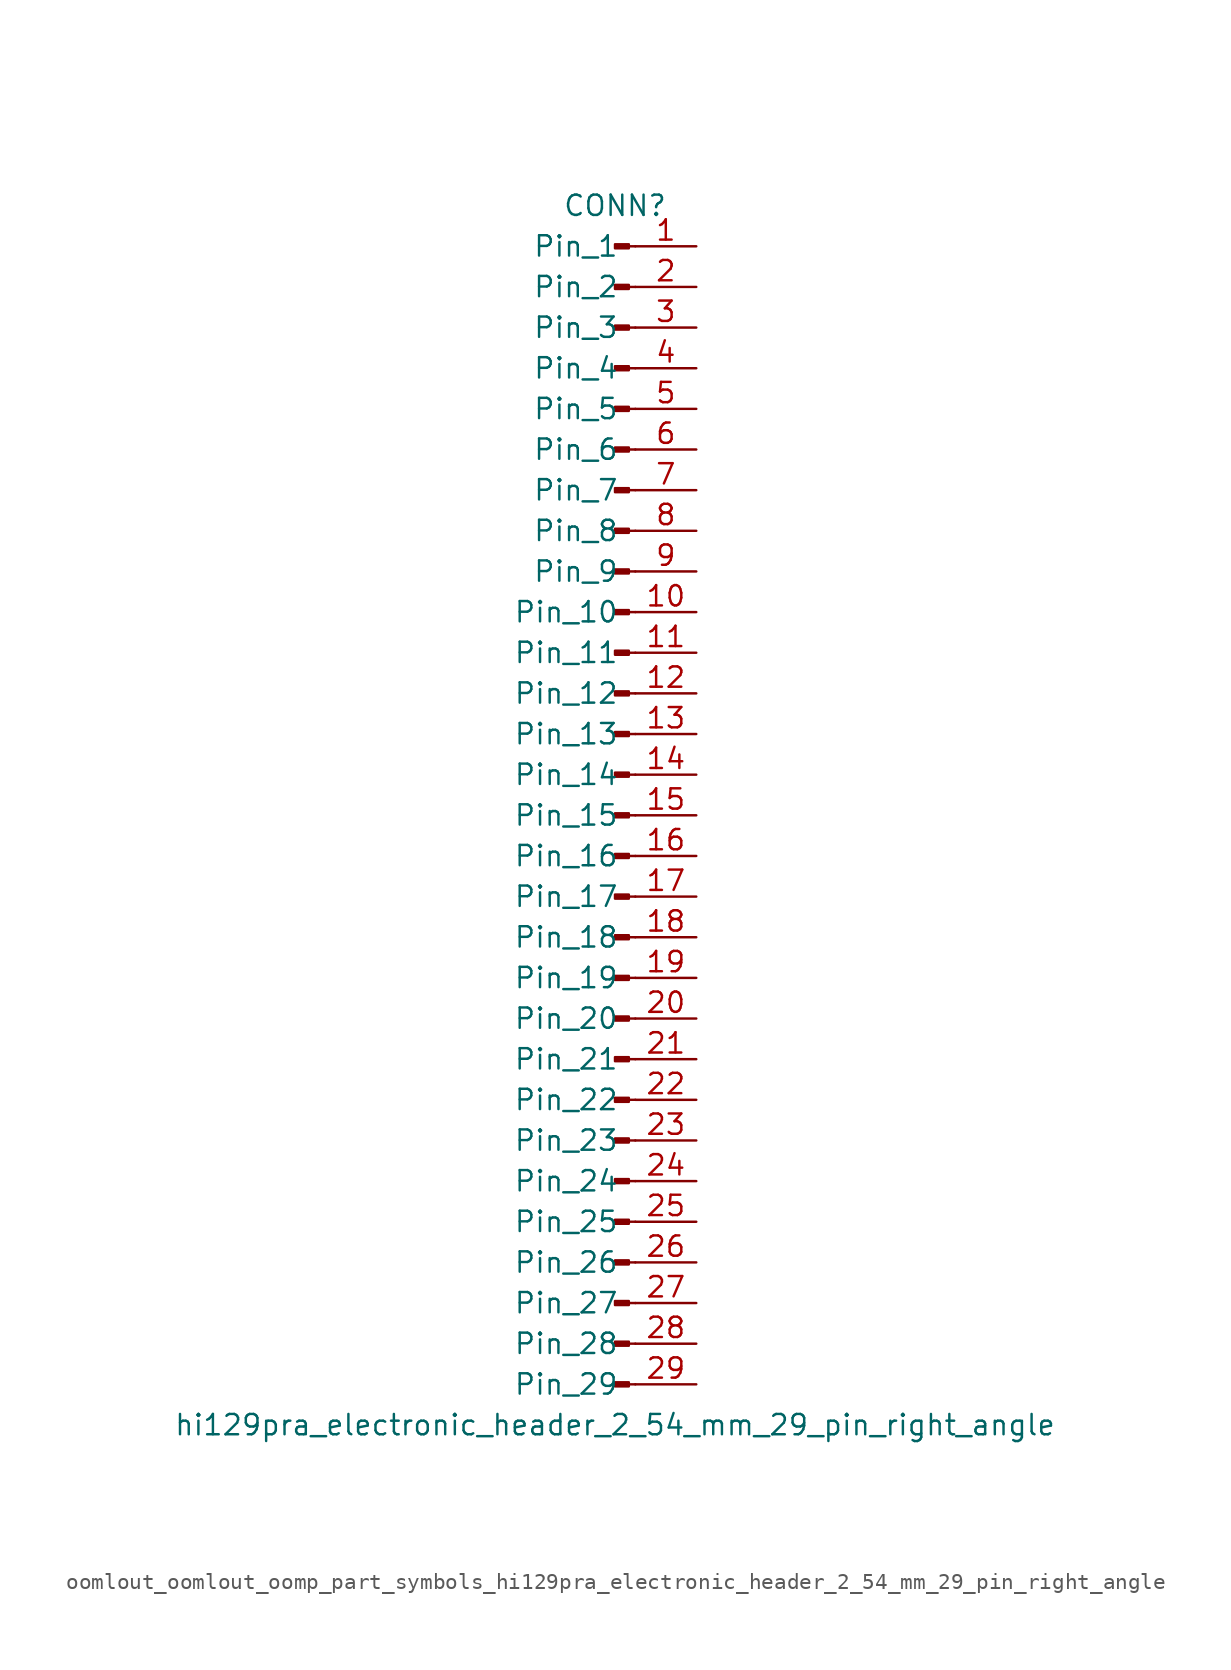
<source format=kicad_sym>
(kicad_symbol_lib
  (version 20220914)
  (generator kicad_symbol_editor)
  (symbol "oomlout_oomlout_oomp_part_symbols_hi129pra_electronic_header_2_54_mm_29_pin_right_angle"
    (pin_names
      (offset 1.016))
    (property "Reference" "CONN"
      (at 0 38.1 0)
      (effects (font (size 1.27 1.27))))
    (property "Value" "hi129pra_electronic_header_2_54_mm_29_pin_right_angle"
      (at 0 -38.1 0)
      (effects (font (size 1.27 1.27))))
    (property "ki_locked" ""
      (at 0 0 0)
      (effects (font (size 1.27 1.27))))
    (symbol "oomlout_oomlout_oomp_part_symbols_hi129pra_electronic_header_2_54_mm_29_pin_right_angle_1_1"
      (polyline (pts (xy 1.27 -35.56) (xy 0.864 -35.56)) (stroke (width 0.152) (type default)) (fill (type none)))
      (polyline (pts (xy 1.27 -33.02) (xy 0.864 -33.02)) (stroke (width 0.152) (type default)) (fill (type none)))
      (polyline (pts (xy 1.27 -30.48) (xy 0.864 -30.48)) (stroke (width 0.152) (type default)) (fill (type none)))
      (polyline (pts (xy 1.27 -27.94) (xy 0.864 -27.94)) (stroke (width 0.152) (type default)) (fill (type none)))
      (polyline (pts (xy 1.27 -25.4) (xy 0.864 -25.4)) (stroke (width 0.152) (type default)) (fill (type none)))
      (polyline (pts (xy 1.27 -22.86) (xy 0.864 -22.86)) (stroke (width 0.152) (type default)) (fill (type none)))
      (polyline (pts (xy 1.27 -20.32) (xy 0.864 -20.32)) (stroke (width 0.152) (type default)) (fill (type none)))
      (polyline (pts (xy 1.27 -17.78) (xy 0.864 -17.78)) (stroke (width 0.152) (type default)) (fill (type none)))
      (polyline (pts (xy 1.27 -15.24) (xy 0.864 -15.24)) (stroke (width 0.152) (type default)) (fill (type none)))
      (polyline (pts (xy 1.27 -12.7) (xy 0.864 -12.7)) (stroke (width 0.152) (type default)) (fill (type none)))
      (polyline (pts (xy 1.27 -10.16) (xy 0.864 -10.16)) (stroke (width 0.152) (type default)) (fill (type none)))
      (polyline (pts (xy 1.27 -7.62) (xy 0.864 -7.62)) (stroke (width 0.152) (type default)) (fill (type none)))
      (polyline (pts (xy 1.27 -5.08) (xy 0.864 -5.08)) (stroke (width 0.152) (type default)) (fill (type none)))
      (polyline (pts (xy 1.27 -2.54) (xy 0.864 -2.54)) (stroke (width 0.152) (type default)) (fill (type none)))
      (polyline (pts (xy 1.27 0) (xy 0.864 0)) (stroke (width 0.152) (type default)) (fill (type none)))
      (polyline (pts (xy 1.27 2.54) (xy 0.864 2.54)) (stroke (width 0.152) (type default)) (fill (type none)))
      (polyline (pts (xy 1.27 5.08) (xy 0.864 5.08)) (stroke (width 0.152) (type default)) (fill (type none)))
      (polyline (pts (xy 1.27 7.62) (xy 0.864 7.62)) (stroke (width 0.152) (type default)) (fill (type none)))
      (polyline (pts (xy 1.27 10.16) (xy 0.864 10.16)) (stroke (width 0.152) (type default)) (fill (type none)))
      (polyline (pts (xy 1.27 12.7) (xy 0.864 12.7)) (stroke (width 0.152) (type default)) (fill (type none)))
      (polyline (pts (xy 1.27 15.24) (xy 0.864 15.24)) (stroke (width 0.152) (type default)) (fill (type none)))
      (polyline (pts (xy 1.27 17.78) (xy 0.864 17.78)) (stroke (width 0.152) (type default)) (fill (type none)))
      (polyline (pts (xy 1.27 20.32) (xy 0.864 20.32)) (stroke (width 0.152) (type default)) (fill (type none)))
      (polyline (pts (xy 1.27 22.86) (xy 0.864 22.86)) (stroke (width 0.152) (type default)) (fill (type none)))
      (polyline (pts (xy 1.27 25.4) (xy 0.864 25.4)) (stroke (width 0.152) (type default)) (fill (type none)))
      (polyline (pts (xy 1.27 27.94) (xy 0.864 27.94)) (stroke (width 0.152) (type default)) (fill (type none)))
      (polyline (pts (xy 1.27 30.48) (xy 0.864 30.48)) (stroke (width 0.152) (type default)) (fill (type none)))
      (polyline (pts (xy 1.27 33.02) (xy 0.864 33.02)) (stroke (width 0.152) (type default)) (fill (type none)))
      (polyline (pts (xy 1.27 35.56) (xy 0.864 35.56)) (stroke (width 0.152) (type default)) (fill (type none)))
      (rectangle (start 0.864 -35.433) (end 0 -35.687) (stroke (width 0.152) (type default)) (fill (type outline)))
      (rectangle (start 0.864 -32.893) (end 0 -33.147) (stroke (width 0.152) (type default)) (fill (type outline)))
      (rectangle (start 0.864 -30.353) (end 0 -30.607) (stroke (width 0.152) (type default)) (fill (type outline)))
      (rectangle (start 0.864 -27.813) (end 0 -28.067) (stroke (width 0.152) (type default)) (fill (type outline)))
      (rectangle (start 0.864 -25.273) (end 0 -25.527) (stroke (width 0.152) (type default)) (fill (type outline)))
      (rectangle (start 0.864 -22.733) (end 0 -22.987) (stroke (width 0.152) (type default)) (fill (type outline)))
      (rectangle (start 0.864 -20.193) (end 0 -20.447) (stroke (width 0.152) (type default)) (fill (type outline)))
      (rectangle (start 0.864 -17.653) (end 0 -17.907) (stroke (width 0.152) (type default)) (fill (type outline)))
      (rectangle (start 0.864 -15.113) (end 0 -15.367) (stroke (width 0.152) (type default)) (fill (type outline)))
      (rectangle (start 0.864 -12.573) (end 0 -12.827) (stroke (width 0.152) (type default)) (fill (type outline)))
      (rectangle (start 0.864 -10.033) (end 0 -10.287) (stroke (width 0.152) (type default)) (fill (type outline)))
      (rectangle (start 0.864 -7.493) (end 0 -7.747) (stroke (width 0.152) (type default)) (fill (type outline)))
      (rectangle (start 0.864 -4.953) (end 0 -5.207) (stroke (width 0.152) (type default)) (fill (type outline)))
      (rectangle (start 0.864 -2.413) (end 0 -2.667) (stroke (width 0.152) (type default)) (fill (type outline)))
      (rectangle (start 0.864 0.127) (end 0 -0.127) (stroke (width 0.152) (type default)) (fill (type outline)))
      (rectangle (start 0.864 2.667) (end 0 2.413) (stroke (width 0.152) (type default)) (fill (type outline)))
      (rectangle (start 0.864 5.207) (end 0 4.953) (stroke (width 0.152) (type default)) (fill (type outline)))
      (rectangle (start 0.864 7.747) (end 0 7.493) (stroke (width 0.152) (type default)) (fill (type outline)))
      (rectangle (start 0.864 10.287) (end 0 10.033) (stroke (width 0.152) (type default)) (fill (type outline)))
      (rectangle (start 0.864 12.827) (end 0 12.573) (stroke (width 0.152) (type default)) (fill (type outline)))
      (rectangle (start 0.864 15.367) (end 0 15.113) (stroke (width 0.152) (type default)) (fill (type outline)))
      (rectangle (start 0.864 17.907) (end 0 17.653) (stroke (width 0.152) (type default)) (fill (type outline)))
      (rectangle (start 0.864 20.447) (end 0 20.193) (stroke (width 0.152) (type default)) (fill (type outline)))
      (rectangle (start 0.864 22.987) (end 0 22.733) (stroke (width 0.152) (type default)) (fill (type outline)))
      (rectangle (start 0.864 25.527) (end 0 25.273) (stroke (width 0.152) (type default)) (fill (type outline)))
      (rectangle (start 0.864 28.067) (end 0 27.813) (stroke (width 0.152) (type default)) (fill (type outline)))
      (rectangle (start 0.864 30.607) (end 0 30.353) (stroke (width 0.152) (type default)) (fill (type outline)))
      (rectangle (start 0.864 33.147) (end 0 32.893) (stroke (width 0.152) (type default)) (fill (type outline)))
      (rectangle (start 0.864 35.687) (end 0 35.433) (stroke (width 0.152) (type default)) (fill (type outline)))
      (pin passive line (at 5.08 35.56 180) (length 3.81) (name "Pin_1" (effects (font (size 1.27 1.27)))) (number "1" (effects (font (size 1.27 1.27)))))
      (pin passive line (at 5.08 12.7 180) (length 3.81) (name "Pin_10" (effects (font (size 1.27 1.27)))) (number "10" (effects (font (size 1.27 1.27)))))
      (pin passive line (at 5.08 10.16 180) (length 3.81) (name "Pin_11" (effects (font (size 1.27 1.27)))) (number "11" (effects (font (size 1.27 1.27)))))
      (pin passive line (at 5.08 7.62 180) (length 3.81) (name "Pin_12" (effects (font (size 1.27 1.27)))) (number "12" (effects (font (size 1.27 1.27)))))
      (pin passive line (at 5.08 5.08 180) (length 3.81) (name "Pin_13" (effects (font (size 1.27 1.27)))) (number "13" (effects (font (size 1.27 1.27)))))
      (pin passive line (at 5.08 2.54 180) (length 3.81) (name "Pin_14" (effects (font (size 1.27 1.27)))) (number "14" (effects (font (size 1.27 1.27)))))
      (pin passive line (at 5.08 0 180) (length 3.81) (name "Pin_15" (effects (font (size 1.27 1.27)))) (number "15" (effects (font (size 1.27 1.27)))))
      (pin passive line (at 5.08 -2.54 180) (length 3.81) (name "Pin_16" (effects (font (size 1.27 1.27)))) (number "16" (effects (font (size 1.27 1.27)))))
      (pin passive line (at 5.08 -5.08 180) (length 3.81) (name "Pin_17" (effects (font (size 1.27 1.27)))) (number "17" (effects (font (size 1.27 1.27)))))
      (pin passive line (at 5.08 -7.62 180) (length 3.81) (name "Pin_18" (effects (font (size 1.27 1.27)))) (number "18" (effects (font (size 1.27 1.27)))))
      (pin passive line (at 5.08 -10.16 180) (length 3.81) (name "Pin_19" (effects (font (size 1.27 1.27)))) (number "19" (effects (font (size 1.27 1.27)))))
      (pin passive line (at 5.08 33.02 180) (length 3.81) (name "Pin_2" (effects (font (size 1.27 1.27)))) (number "2" (effects (font (size 1.27 1.27)))))
      (pin passive line (at 5.08 -12.7 180) (length 3.81) (name "Pin_20" (effects (font (size 1.27 1.27)))) (number "20" (effects (font (size 1.27 1.27)))))
      (pin passive line (at 5.08 -15.24 180) (length 3.81) (name "Pin_21" (effects (font (size 1.27 1.27)))) (number "21" (effects (font (size 1.27 1.27)))))
      (pin passive line (at 5.08 -17.78 180) (length 3.81) (name "Pin_22" (effects (font (size 1.27 1.27)))) (number "22" (effects (font (size 1.27 1.27)))))
      (pin passive line (at 5.08 -20.32 180) (length 3.81) (name "Pin_23" (effects (font (size 1.27 1.27)))) (number "23" (effects (font (size 1.27 1.27)))))
      (pin passive line (at 5.08 -22.86 180) (length 3.81) (name "Pin_24" (effects (font (size 1.27 1.27)))) (number "24" (effects (font (size 1.27 1.27)))))
      (pin passive line (at 5.08 -25.4 180) (length 3.81) (name "Pin_25" (effects (font (size 1.27 1.27)))) (number "25" (effects (font (size 1.27 1.27)))))
      (pin passive line (at 5.08 -27.94 180) (length 3.81) (name "Pin_26" (effects (font (size 1.27 1.27)))) (number "26" (effects (font (size 1.27 1.27)))))
      (pin passive line (at 5.08 -30.48 180) (length 3.81) (name "Pin_27" (effects (font (size 1.27 1.27)))) (number "27" (effects (font (size 1.27 1.27)))))
      (pin passive line (at 5.08 -33.02 180) (length 3.81) (name "Pin_28" (effects (font (size 1.27 1.27)))) (number "28" (effects (font (size 1.27 1.27)))))
      (pin passive line (at 5.08 -35.56 180) (length 3.81) (name "Pin_29" (effects (font (size 1.27 1.27)))) (number "29" (effects (font (size 1.27 1.27)))))
      (pin passive line (at 5.08 30.48 180) (length 3.81) (name "Pin_3" (effects (font (size 1.27 1.27)))) (number "3" (effects (font (size 1.27 1.27)))))
      (pin passive line (at 5.08 27.94 180) (length 3.81) (name "Pin_4" (effects (font (size 1.27 1.27)))) (number "4" (effects (font (size 1.27 1.27)))))
      (pin passive line (at 5.08 25.4 180) (length 3.81) (name "Pin_5" (effects (font (size 1.27 1.27)))) (number "5" (effects (font (size 1.27 1.27)))))
      (pin passive line (at 5.08 22.86 180) (length 3.81) (name "Pin_6" (effects (font (size 1.27 1.27)))) (number "6" (effects (font (size 1.27 1.27)))))
      (pin passive line (at 5.08 20.32 180) (length 3.81) (name "Pin_7" (effects (font (size 1.27 1.27)))) (number "7" (effects (font (size 1.27 1.27)))))
      (pin passive line (at 5.08 17.78 180) (length 3.81) (name "Pin_8" (effects (font (size 1.27 1.27)))) (number "8" (effects (font (size 1.27 1.27)))))
      (pin passive line (at 5.08 15.24 180) (length 3.81) (name "Pin_9" (effects (font (size 1.27 1.27)))) (number "9" (effects (font (size 1.27 1.27))))))))
</source>
